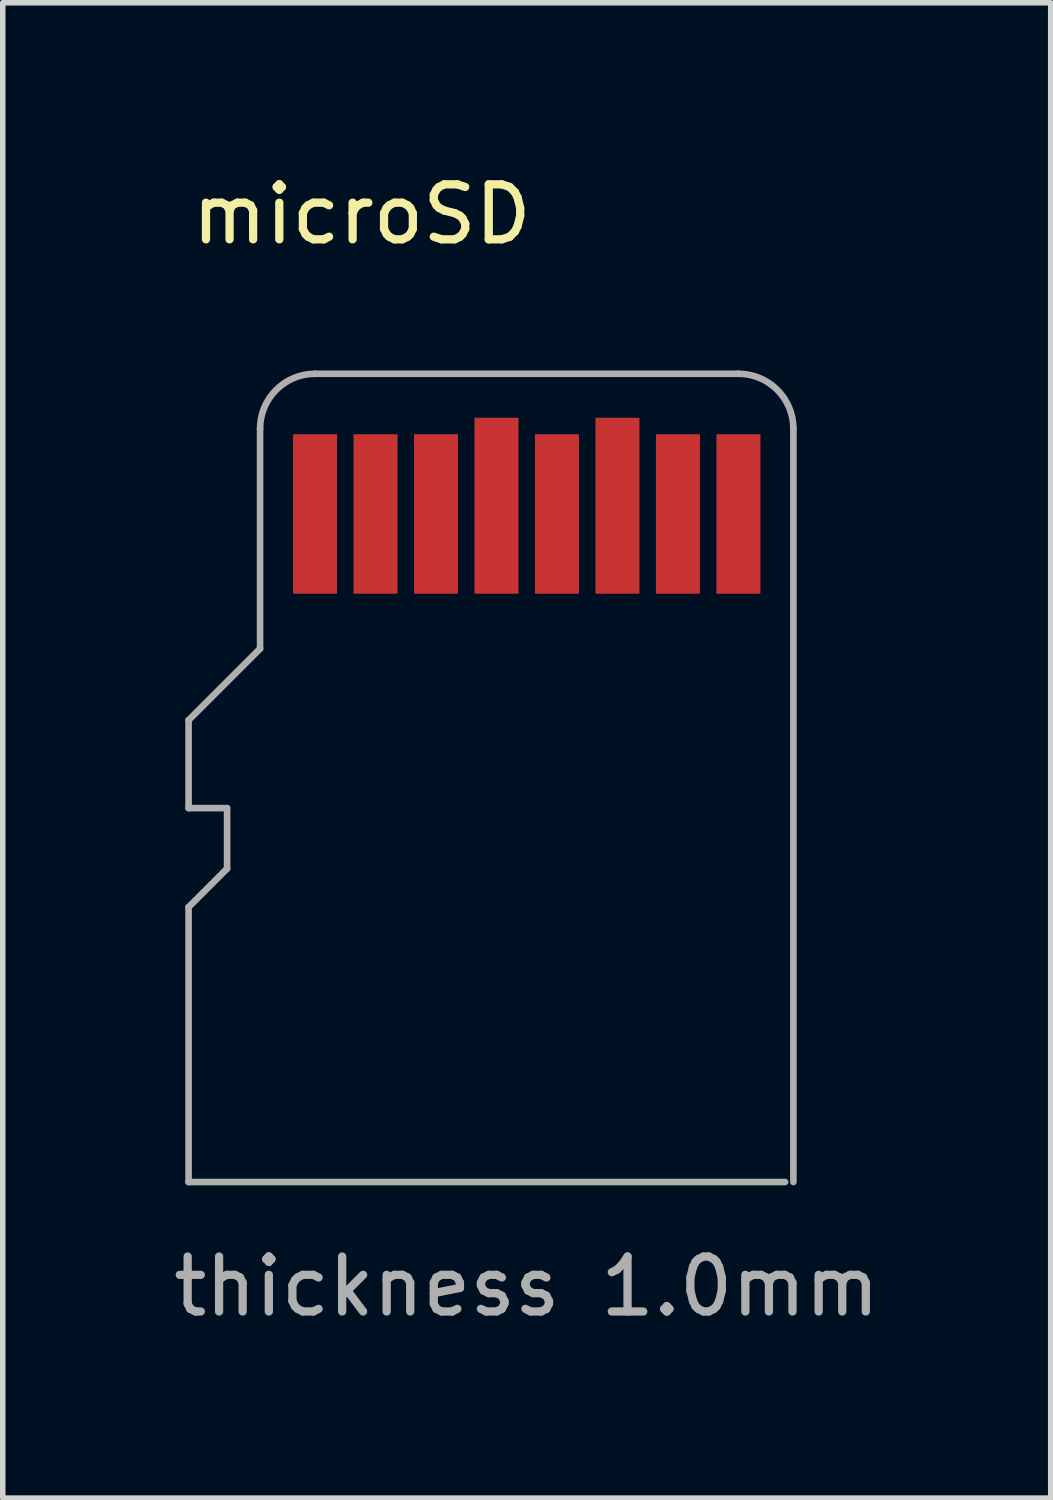
<source format=kicad_pcb>
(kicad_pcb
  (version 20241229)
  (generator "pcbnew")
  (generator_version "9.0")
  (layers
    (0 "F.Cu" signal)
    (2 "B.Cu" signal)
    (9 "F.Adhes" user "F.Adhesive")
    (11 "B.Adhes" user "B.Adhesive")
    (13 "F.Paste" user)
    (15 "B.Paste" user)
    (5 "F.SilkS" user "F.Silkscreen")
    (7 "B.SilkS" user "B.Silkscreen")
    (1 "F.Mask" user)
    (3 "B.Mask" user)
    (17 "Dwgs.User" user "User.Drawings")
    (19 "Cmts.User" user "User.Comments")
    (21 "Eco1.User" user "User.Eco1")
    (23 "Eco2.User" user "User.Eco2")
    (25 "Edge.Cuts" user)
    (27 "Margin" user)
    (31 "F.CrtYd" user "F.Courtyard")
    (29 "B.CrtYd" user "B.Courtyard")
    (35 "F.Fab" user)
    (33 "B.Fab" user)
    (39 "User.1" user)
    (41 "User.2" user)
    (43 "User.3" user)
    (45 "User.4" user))
  (footprint "microSD"
    (layer "F.Cu")
    (at 6.53 7.848)
    (property "Reference" "microSD" (at -3 -7 0) (layer "F.SilkS") (effects (font (size 1 1) (thickness 0.15))))
    (attr through_hole)
    (fp_line (start -6.15 2.2) (end -6.15 3.8) (stroke (width 0.12) (type solid)) (layer "F.Fab"))
    (fp_line (start -6.15 2.2) (end -4.85 0.9) (stroke (width 0.12) (type solid)) (layer "F.Fab"))
    (fp_line (start -6.15 3.8) (end -5.45 3.8) (stroke (width 0.12) (type solid)) (layer "F.Fab"))
    (fp_line (start -6.15 5.6) (end -6.15 10.6) (stroke (width 0.12) (type solid)) (layer "F.Fab"))
    (fp_line (start -6.15 10.6) (end 4.7 10.6) (stroke (width 0.12) (type solid)) (layer "F.Fab"))
    (fp_line (start -5.45 3.8) (end -5.45 4.9) (stroke (width 0.12) (type solid)) (layer "F.Fab"))
    (fp_line (start -5.45 4.9) (end -6.15 5.6) (stroke (width 0.12) (type solid)) (layer "F.Fab"))
    (fp_line (start -4.85 0.9) (end -4.85 -3.1) (stroke (width 0.12) (type solid)) (layer "F.Fab"))
    (fp_line (start -3.85 -4.1) (end 3.85 -4.1) (stroke (width 0.12) (type solid)) (layer "F.Fab"))
    (fp_line (start 4.85 10.6) (end 4.85 -3.1) (stroke (width 0.12) (type solid)) (layer "F.Fab"))
    (fp_arc (start -4.85 -3.1) (mid -4.557107 -3.807107) (end -3.85 -4.1) (stroke (width 0.12) (type solid)) (layer "F.Fab"))
    (fp_arc (start 3.85 -4.1) (mid 4.557107 -3.807107) (end 4.85 -3.1) (stroke (width 0.12) (type solid)) (layer "F.Fab"))
    (fp_text user "thickness 1.0mm" (at 0 12.5 180) (layer "F.Fab") (effects (font (size 1 1) (thickness 0.15))))
    (pad "1" smd rect (at -3.85 -1.55) (size 0.8 2.9) (layers "F.Cu" "F.Mask" "F.Paste"))
    (pad "2" smd rect (at -2.75 -1.55) (size 0.8 2.9) (layers "F.Cu" "F.Mask" "F.Paste"))
    (pad "3" smd rect (at -1.65 -1.55) (size 0.8 2.9) (layers "F.Cu" "F.Mask" "F.Paste"))
    (pad "4" smd rect (at -0.55 -1.7) (size 0.8 3.2) (layers "F.Cu" "F.Mask" "F.Paste"))
    (pad "5" smd rect (at 0.55 -1.55) (size 0.8 2.9) (layers "F.Cu" "F.Mask" "F.Paste"))
    (pad "6" smd rect (at 1.65 -1.7) (size 0.8 3.2) (layers "F.Cu" "F.Mask" "F.Paste"))
    (pad "7" smd rect (at 2.75 -1.55) (size 0.8 2.9) (layers "F.Cu" "F.Mask" "F.Paste"))
    (pad "8" smd rect (at 3.85 -1.55) (size 0.8 2.9) (layers "F.Cu" "F.Mask" "F.Paste")))
  (gr_rect
    (start -3 -3)
    (end 16.06 24.197)
    (stroke (width 0.1) (type default))
    (fill no)
    (layer "Edge.Cuts")))
</source>
